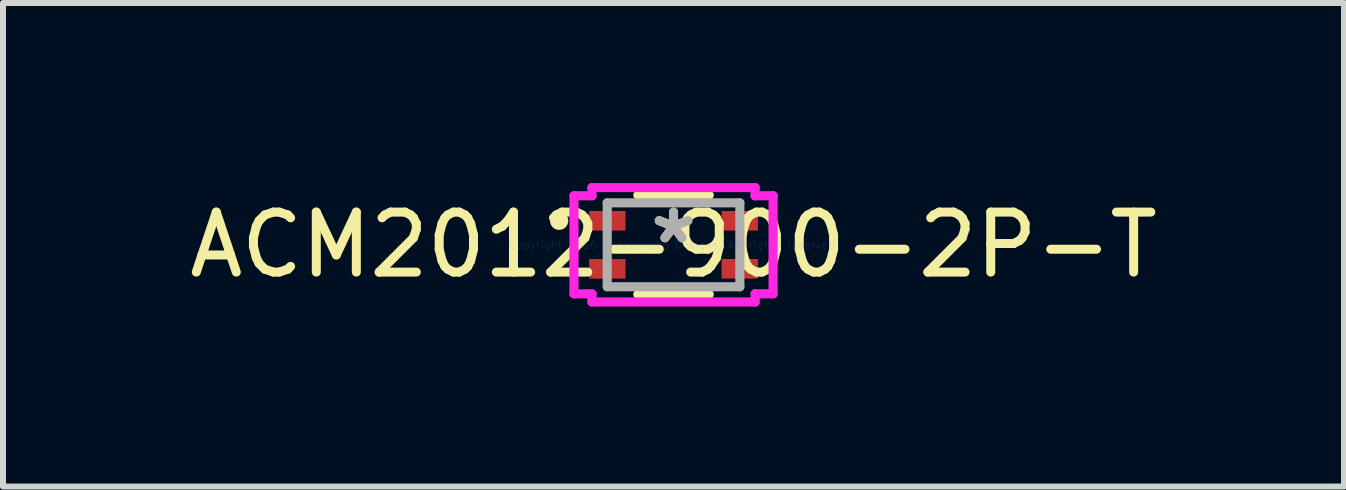
<source format=kicad_pcb>
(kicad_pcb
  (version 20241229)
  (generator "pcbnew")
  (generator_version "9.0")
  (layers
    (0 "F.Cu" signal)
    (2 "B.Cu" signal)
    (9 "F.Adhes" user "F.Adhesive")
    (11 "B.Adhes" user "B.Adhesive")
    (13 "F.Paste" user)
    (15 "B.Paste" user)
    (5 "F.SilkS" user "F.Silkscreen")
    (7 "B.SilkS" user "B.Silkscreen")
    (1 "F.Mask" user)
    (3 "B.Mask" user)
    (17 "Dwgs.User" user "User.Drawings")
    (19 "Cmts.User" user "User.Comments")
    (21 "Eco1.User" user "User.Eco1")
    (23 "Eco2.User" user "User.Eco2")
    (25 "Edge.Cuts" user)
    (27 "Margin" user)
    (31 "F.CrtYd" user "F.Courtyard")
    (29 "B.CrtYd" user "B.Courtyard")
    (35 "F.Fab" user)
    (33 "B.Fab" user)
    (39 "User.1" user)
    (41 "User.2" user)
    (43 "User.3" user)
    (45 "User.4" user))
  (footprint "ACM2012-900-2P-T"
    (layer "F.Cu")
    (at 8.173 1.029)
    (property "Reference" "ACM2012-900-2P-T" (at 0 0 0) (layer "F.SilkS") (effects (font (size 1 1) (thickness 0.15))))
    (attr through_hole)
    (fp_line (start -0.595 0.826) (end 0.595 0.826) (stroke (width 0.152) (type solid)) (layer "F.SilkS"))
    (fp_line (start 0.595 -0.826) (end -0.595 -0.826) (stroke (width 0.152) (type solid)) (layer "F.SilkS"))
    (fp_circle (center -1.906 -0.4) (end -1.83 -0.4) (stroke (width 0.152) (type solid)) (fill no) (layer "F.SilkS"))
    (fp_line (start -1.659 -0.817) (end -1.359 -0.817) (stroke (width 0.152) (type solid)) (layer "F.CrtYd"))
    (fp_line (start -1.659 0.817) (end -1.659 -0.817) (stroke (width 0.152) (type solid)) (layer "F.CrtYd"))
    (fp_line (start -1.359 -0.953) (end 1.359 -0.953) (stroke (width 0.152) (type solid)) (layer "F.CrtYd"))
    (fp_line (start -1.359 -0.817) (end -1.359 -0.953) (stroke (width 0.152) (type solid)) (layer "F.CrtYd"))
    (fp_line (start -1.359 0.817) (end -1.659 0.817) (stroke (width 0.152) (type solid)) (layer "F.CrtYd"))
    (fp_line (start -1.359 0.953) (end -1.359 0.817) (stroke (width 0.152) (type solid)) (layer "F.CrtYd"))
    (fp_line (start 1.359 -0.953) (end 1.359 -0.817) (stroke (width 0.152) (type solid)) (layer "F.CrtYd"))
    (fp_line (start 1.359 -0.817) (end 1.659 -0.817) (stroke (width 0.152) (type solid)) (layer "F.CrtYd"))
    (fp_line (start 1.359 0.817) (end 1.359 0.953) (stroke (width 0.152) (type solid)) (layer "F.CrtYd"))
    (fp_line (start 1.359 0.953) (end -1.359 0.953) (stroke (width 0.152) (type solid)) (layer "F.CrtYd"))
    (fp_line (start 1.659 -0.817) (end 1.659 0.817) (stroke (width 0.152) (type solid)) (layer "F.CrtYd"))
    (fp_line (start 1.659 0.817) (end 1.359 0.817) (stroke (width 0.152) (type solid)) (layer "F.CrtYd"))
    (fp_line (start -1.105 -0.699) (end -1.105 0.699) (stroke (width 0.152) (type solid)) (layer "F.Fab"))
    (fp_line (start -1.105 0.699) (end 1.105 0.699) (stroke (width 0.152) (type solid)) (layer "F.Fab"))
    (fp_line (start 1.105 -0.699) (end -1.105 -0.699) (stroke (width 0.152) (type solid)) (layer "F.Fab"))
    (fp_line (start 1.105 0.699) (end 1.105 -0.699) (stroke (width 0.152) (type solid)) (layer "F.Fab"))
    (fp_text user "*" (at 0 0 0) (layer "F.SilkS") (effects (font (size 1 1) (thickness 0.15))))
    (fp_text user "Copyright 2016 Accelerated Designs. All rights reserved." (at 0 0 0) (layer "Cmts.User") (effects (font (size 0.127 0.127) (thickness 0.002))))
    (fp_text user "*" (at 0 0 0) (layer "F.Fab") (effects (font (size 1 1) (thickness 0.15))))
    (pad "1" smd rect (at -1.103 -0.4) (size 0.605 0.326) (layers "F.Cu" "F.Mask" "F.Paste"))
    (pad "2" smd rect (at -1.103 0.4) (size 0.605 0.326) (layers "F.Cu" "F.Mask" "F.Paste"))
    (pad "3" smd rect (at 1.103 0.4) (size 0.605 0.326) (layers "F.Cu" "F.Mask" "F.Paste"))
    (pad "4" smd rect (at 1.103 -0.4) (size 0.605 0.326) (layers "F.Cu" "F.Mask" "F.Paste")))
  (gr_rect
    (start -3 -3)
    (end 19.345 5.057)
    (stroke (width 0.1) (type default))
    (fill no)
    (layer "Edge.Cuts")))
</source>
